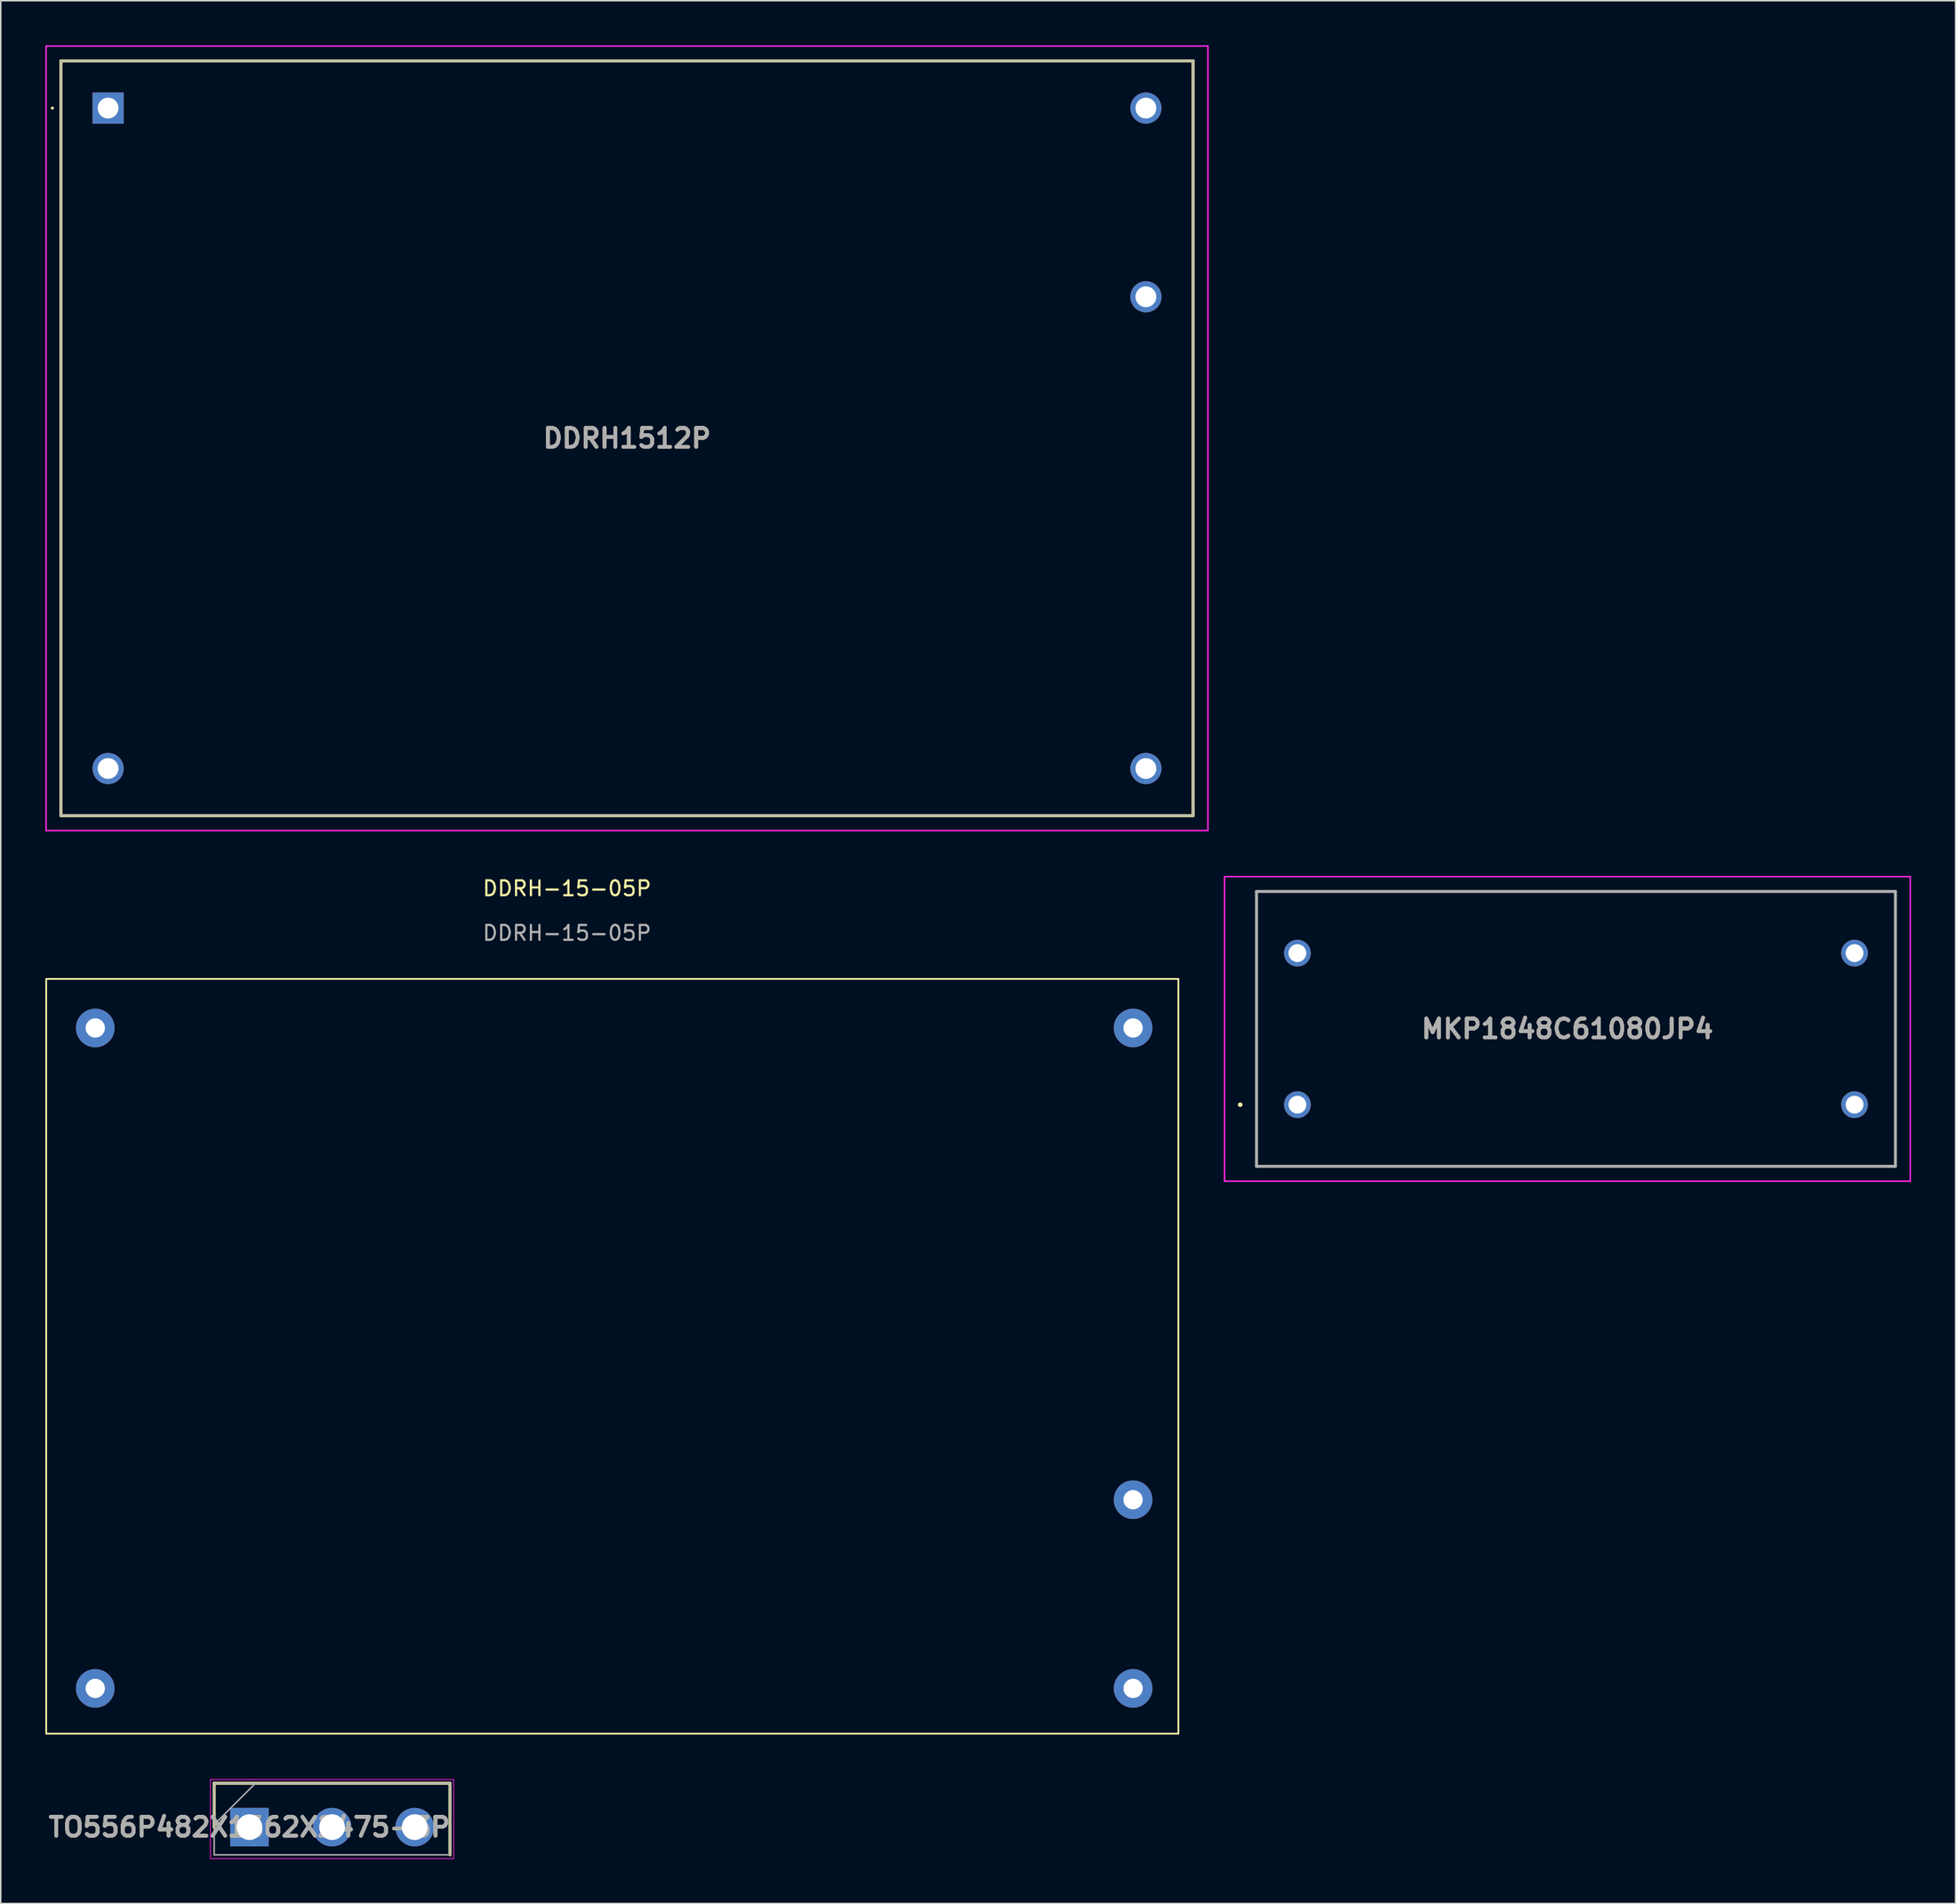
<source format=kicad_pcb>
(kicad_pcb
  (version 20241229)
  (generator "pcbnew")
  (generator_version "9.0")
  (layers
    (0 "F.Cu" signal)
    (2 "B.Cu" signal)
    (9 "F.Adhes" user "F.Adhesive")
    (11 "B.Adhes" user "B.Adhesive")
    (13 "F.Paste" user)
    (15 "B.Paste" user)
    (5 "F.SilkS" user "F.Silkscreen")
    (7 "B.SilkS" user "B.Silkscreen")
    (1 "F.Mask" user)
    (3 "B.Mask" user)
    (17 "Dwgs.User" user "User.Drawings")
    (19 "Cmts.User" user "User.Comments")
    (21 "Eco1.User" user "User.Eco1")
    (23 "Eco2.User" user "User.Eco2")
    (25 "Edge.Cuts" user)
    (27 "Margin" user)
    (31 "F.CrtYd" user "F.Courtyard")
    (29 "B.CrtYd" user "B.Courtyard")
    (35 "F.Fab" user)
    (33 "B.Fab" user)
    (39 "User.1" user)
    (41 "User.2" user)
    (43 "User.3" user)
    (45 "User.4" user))
  (footprint "MKP1848C61080JP4"
    (layer "F.Cu")
    (at 84.27 71.3)
    (property "Reference" "MKP1848C61080JP4" (at 18.175 -5.1 0) (layer "F.SilkS") (effects (font (size 1.27 1.27) (thickness 0.254))))
    (attr through_hole)
    (fp_line (start -3.9 0) (end -3.9 0) (stroke (width 0.2) (type solid)) (layer "F.SilkS"))
    (fp_line (start -3.9 0) (end -3.9 0) (stroke (width 0.2) (type solid)) (layer "F.SilkS"))
    (fp_line (start -3.8 0) (end -3.8 0) (stroke (width 0.2) (type solid)) (layer "F.SilkS"))
    (fp_line (start -2.75 -14.35) (end -2.75 4.15) (stroke (width 0.1) (type solid)) (layer "F.SilkS"))
    (fp_line (start -2.75 4.15) (end 40.25 4.15) (stroke (width 0.1) (type solid)) (layer "F.SilkS"))
    (fp_line (start 40.25 -14.35) (end -2.75 -14.35) (stroke (width 0.1) (type solid)) (layer "F.SilkS"))
    (fp_line (start 40.25 4.15) (end 40.25 -14.35) (stroke (width 0.1) (type solid)) (layer "F.SilkS"))
    (fp_arc (start -3.9 0) (mid -3.85 -0.05) (end -3.8 0) (stroke (width 0.2) (type solid)) (layer "F.SilkS"))
    (fp_arc (start -3.8 0) (mid -3.85 0.05) (end -3.9 0) (stroke (width 0.2) (type solid)) (layer "F.SilkS"))
    (fp_arc (start -3.8 0) (mid -3.85 0.05) (end -3.9 0) (stroke (width 0.2) (type solid)) (layer "F.SilkS"))
    (fp_line (start -4.9 -15.35) (end 41.25 -15.35) (stroke (width 0.1) (type solid)) (layer "F.CrtYd"))
    (fp_line (start -4.9 5.15) (end -4.9 -15.35) (stroke (width 0.1) (type solid)) (layer "F.CrtYd"))
    (fp_line (start 41.25 -15.35) (end 41.25 5.15) (stroke (width 0.1) (type solid)) (layer "F.CrtYd"))
    (fp_line (start 41.25 5.15) (end -4.9 5.15) (stroke (width 0.1) (type solid)) (layer "F.CrtYd"))
    (fp_line (start -2.75 -14.35) (end 40.25 -14.35) (stroke (width 0.2) (type solid)) (layer "F.Fab"))
    (fp_line (start -2.75 4.15) (end -2.75 -14.35) (stroke (width 0.2) (type solid)) (layer "F.Fab"))
    (fp_line (start 40.25 -14.35) (end 40.25 4.15) (stroke (width 0.2) (type solid)) (layer "F.Fab"))
    (fp_line (start 40.25 4.15) (end -2.75 4.15) (stroke (width 0.2) (type solid)) (layer "F.Fab"))
    (fp_text user "${REFERENCE}" (at 18.175 -5.1 0) (layer "F.Fab") (effects (font (size 1.27 1.27) (thickness 0.254))))
    (pad "1" thru_hole circle (at 0 0) (size 1.8 1.8) (drill 1.2) (layers "*.Cu" "*.Mask"))
    (pad "2" thru_hole circle (at 37.5 0) (size 1.8 1.8) (drill 1.2) (layers "*.Cu" "*.Mask"))
    (pad "3" thru_hole circle (at 37.5 -10.2) (size 1.8 1.8) (drill 1.2) (layers "*.Cu" "*.Mask"))
    (pad "4" thru_hole circle (at 0 -10.2) (size 1.8 1.8) (drill 1.2) (layers "*.Cu" "*.Mask")))
  (footprint "TO556P482X1562X2475-3P"
    (layer "F.Cu")
    (at 13.74 119.926)
    (property "Reference" "TO556P482X1562X2475-3P" (at 0 0 0) (layer "F.SilkS") (effects (font (size 1.27 1.27) (thickness 0.254))))
    (attr through_hole)
    (fp_line (start -2.375 -2.955) (end -2.375 0) (stroke (width 0.2) (type solid)) (layer "F.SilkS"))
    (fp_line (start 13.495 -2.955) (end -2.375 -2.955) (stroke (width 0.2) (type solid)) (layer "F.SilkS"))
    (fp_line (start 13.495 1.865) (end 13.495 -2.955) (stroke (width 0.2) (type solid)) (layer "F.SilkS"))
    (fp_line (start -2.625 -3.205) (end 13.745 -3.205) (stroke (width 0.05) (type solid)) (layer "F.CrtYd"))
    (fp_line (start -2.625 2.115) (end -2.625 -3.205) (stroke (width 0.05) (type solid)) (layer "F.CrtYd"))
    (fp_line (start 13.745 -3.205) (end 13.745 2.115) (stroke (width 0.05) (type solid)) (layer "F.CrtYd"))
    (fp_line (start 13.745 2.115) (end -2.625 2.115) (stroke (width 0.05) (type solid)) (layer "F.CrtYd"))
    (fp_line (start -2.375 -2.955) (end 13.495 -2.955) (stroke (width 0.1) (type solid)) (layer "F.Fab"))
    (fp_line (start -2.375 -0.175) (end 0.405 -2.955) (stroke (width 0.1) (type solid)) (layer "F.Fab"))
    (fp_line (start -2.375 1.865) (end -2.375 -2.955) (stroke (width 0.1) (type solid)) (layer "F.Fab"))
    (fp_line (start 13.495 -2.955) (end 13.495 1.865) (stroke (width 0.1) (type solid)) (layer "F.Fab"))
    (fp_line (start 13.495 1.865) (end -2.375 1.865) (stroke (width 0.1) (type solid)) (layer "F.Fab"))
    (fp_text user "${REFERENCE}" (at 0 0 0) (layer "F.Fab") (effects (font (size 1.27 1.27) (thickness 0.254))))
    (pad "1" thru_hole rect (at 0 0) (size 2.595 2.595) (drill 1.73) (layers "*.Cu" "*.Mask"))
    (pad "2" thru_hole circle (at 5.56 0) (size 2.595 2.595) (drill 1.73) (layers "*.Cu" "*.Mask"))
    (pad "3" thru_hole circle (at 11.12 0) (size 2.595 2.595) (drill 1.73) (layers "*.Cu" "*.Mask")))
  (footprint "DDRH-15-05P"
    (layer "F.Cu")
    (at 35.112 57.248)
    (property "Reference" "DDRH-15-05P" (at 0 -0.5 0) (unlocked yes) (layer "F.SilkS") (effects (font (size 1 1) (thickness 0.15))))
    (attr through_hole)
    (fp_rect (start -35.052 5.588) (end 41.148 56.388) (stroke (width 0.12) (type default)) (fill no) (layer "F.SilkS"))
    (fp_text user "${REFERENCE}" (at 0 2.5 0) (unlocked yes) (layer "F.Fab") (effects (font (size 1 1) (thickness 0.15))))
    (pad "1" thru_hole circle (at -31.75 53.34) (size 2.6 2.6) (drill 1.3) (layers "*.Cu" "*.Mask"))
    (pad "2" thru_hole circle (at -31.75 8.89) (size 2.6 2.6) (drill 1.3) (layers "*.Cu" "*.Mask"))
    (pad "3" thru_hole circle (at 38.1 8.89) (size 2.6 2.6) (drill 1.3) (layers "*.Cu" "*.Mask"))
    (pad "4" thru_hole circle (at 38.1 40.64) (size 2.6 2.6) (drill 1.3) (layers "*.Cu" "*.Mask"))
    (pad "5" thru_hole circle (at 38.1 53.34) (size 2.6 2.6) (drill 1.3) (layers "*.Cu" "*.Mask")))
  (footprint "DDRH1512P"
    (layer "F.Cu")
    (at 4.225 4.225)
    (property "Reference" "DDRH1512P" (at 34.925 22.225 0) (layer "F.SilkS") (effects (font (size 1.27 1.27) (thickness 0.254))))
    (attr through_hole)
    (fp_line (start -3.8 0) (end -3.8 0) (stroke (width 0.1) (type solid)) (layer "F.SilkS"))
    (fp_line (start -3.7 0) (end -3.7 0) (stroke (width 0.1) (type solid)) (layer "F.SilkS"))
    (fp_line (start -3.175 -3.175) (end -3.175 47.625) (stroke (width 0.2) (type solid)) (layer "F.SilkS"))
    (fp_line (start -3.175 47.625) (end 73.025 47.625) (stroke (width 0.2) (type solid)) (layer "F.SilkS"))
    (fp_line (start 73.025 -3.175) (end -3.175 -3.175) (stroke (width 0.2) (type solid)) (layer "F.SilkS"))
    (fp_line (start 73.025 47.625) (end 73.025 -3.175) (stroke (width 0.2) (type solid)) (layer "F.SilkS"))
    (fp_arc (start -3.8 0) (mid -3.75 -0.05) (end -3.7 0) (stroke (width 0.1) (type solid)) (layer "F.SilkS"))
    (fp_arc (start -3.7 0) (mid -3.75 0.05) (end -3.8 0) (stroke (width 0.1) (type solid)) (layer "F.SilkS"))
    (fp_line (start -4.175 -4.175) (end -4.175 48.625) (stroke (width 0.1) (type solid)) (layer "F.CrtYd"))
    (fp_line (start -4.175 48.625) (end 74.025 48.625) (stroke (width 0.1) (type solid)) (layer "F.CrtYd"))
    (fp_line (start 74.025 -4.175) (end -4.175 -4.175) (stroke (width 0.1) (type solid)) (layer "F.CrtYd"))
    (fp_line (start 74.025 48.625) (end 74.025 -4.175) (stroke (width 0.1) (type solid)) (layer "F.CrtYd"))
    (fp_line (start -3.175 -3.175) (end -3.175 47.625) (stroke (width 0.1) (type solid)) (layer "F.Fab"))
    (fp_line (start -3.175 47.625) (end 73.025 47.625) (stroke (width 0.1) (type solid)) (layer "F.Fab"))
    (fp_line (start 73.025 -3.175) (end -3.175 -3.175) (stroke (width 0.1) (type solid)) (layer "F.Fab"))
    (fp_line (start 73.025 47.625) (end 73.025 -3.175) (stroke (width 0.1) (type solid)) (layer "F.Fab"))
    (fp_text user "${REFERENCE}" (at 34.925 22.225 0) (layer "F.Fab") (effects (font (size 1.27 1.27) (thickness 0.254))))
    (pad "1" thru_hole rect (at 0 0) (size 2.1 2.1) (drill 1.4) (layers "*.Cu" "*.Mask"))
    (pad "2" thru_hole circle (at 0 44.45) (size 2.1 2.1) (drill 1.4) (layers "*.Cu" "*.Mask"))
    (pad "3" thru_hole circle (at 69.85 44.45) (size 2.1 2.1) (drill 1.4) (layers "*.Cu" "*.Mask"))
    (pad "4" thru_hole circle (at 69.85 12.7) (size 2.1 2.1) (drill 1.4) (layers "*.Cu" "*.Mask"))
    (pad "5" thru_hole circle (at 69.85 0) (size 2.1 2.1) (drill 1.4) (layers "*.Cu" "*.Mask")))
  (gr_rect
    (start -3 -3)
    (end 128.57 125.066)
    (stroke (width 0.1) (type default))
    (fill no)
    (layer "Edge.Cuts")))
</source>
